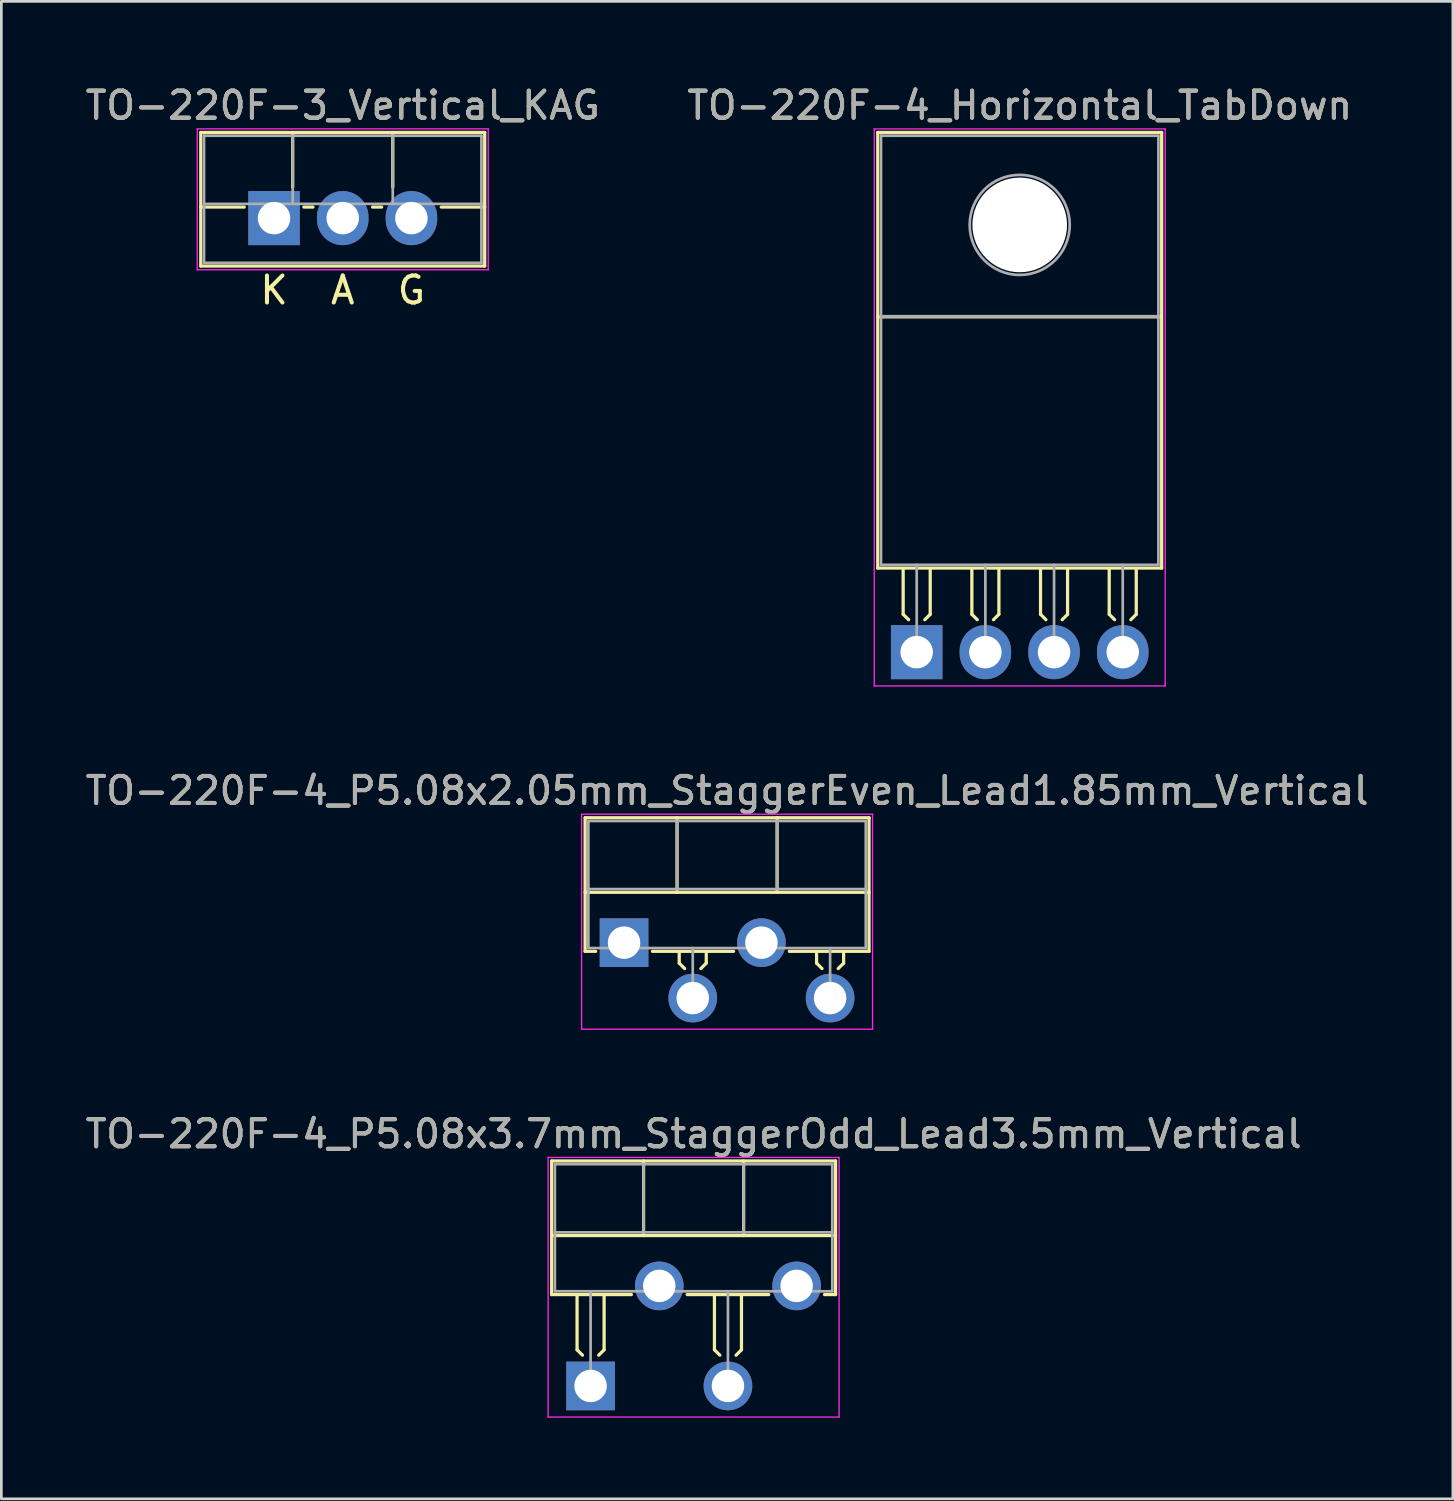
<source format=kicad_pcb>
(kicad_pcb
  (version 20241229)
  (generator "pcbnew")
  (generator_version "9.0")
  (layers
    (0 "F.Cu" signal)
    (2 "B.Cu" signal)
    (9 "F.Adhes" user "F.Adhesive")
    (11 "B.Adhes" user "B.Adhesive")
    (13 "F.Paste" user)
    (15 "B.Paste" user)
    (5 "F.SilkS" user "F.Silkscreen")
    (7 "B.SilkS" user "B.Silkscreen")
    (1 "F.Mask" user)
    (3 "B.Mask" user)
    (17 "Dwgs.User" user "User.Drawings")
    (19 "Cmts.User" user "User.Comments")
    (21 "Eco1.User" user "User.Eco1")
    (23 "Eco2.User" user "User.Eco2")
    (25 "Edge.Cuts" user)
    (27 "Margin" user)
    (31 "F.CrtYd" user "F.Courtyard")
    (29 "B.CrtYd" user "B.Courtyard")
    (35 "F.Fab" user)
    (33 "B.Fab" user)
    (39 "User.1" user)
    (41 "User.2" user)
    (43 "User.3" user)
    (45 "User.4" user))
  (footprint "TO-220F-4_Horizontal_TabDown"
    (layer "F.Cu")
    (at 30.851 21.068)
    (property "Reference" "TO-220F-4_Horizontal_TabDown" (at 3.81 -20.22 0) (layer "F.SilkS") (effects (font (size 1 1) (thickness 0.15))))
    (attr through_hole)
    (fp_line (start -1.44 -19.22) (end -1.44 -3.11) (stroke (width 0.12) (type solid)) (layer "F.SilkS"))
    (fp_line (start -1.44 -19.22) (end 9.06 -19.22) (stroke (width 0.12) (type solid)) (layer "F.SilkS"))
    (fp_line (start -1.44 -3.11) (end 9.06 -3.11) (stroke (width 0.12) (type solid)) (layer "F.SilkS"))
    (fp_line (start -1.43 -12.4) (end 9.02 -12.4) (stroke (width 0.12) (type solid)) (layer "F.SilkS"))
    (fp_line (start -0.5 -3.048) (end -0.5 -1.4) (stroke (width 0.12) (type solid)) (layer "F.SilkS"))
    (fp_line (start -0.5 -1.4) (end -0.3 -1.2) (stroke (width 0.12) (type solid)) (layer "F.SilkS"))
    (fp_line (start 0.5 -3.048) (end 0.5 -1.4) (stroke (width 0.12) (type solid)) (layer "F.SilkS"))
    (fp_line (start 0.5 -1.4) (end 0.3 -1.2) (stroke (width 0.12) (type solid)) (layer "F.SilkS"))
    (fp_line (start 2.04 -3.048) (end 2.04 -1.4) (stroke (width 0.12) (type solid)) (layer "F.SilkS"))
    (fp_line (start 2.04 -1.4) (end 2.24 -1.2) (stroke (width 0.12) (type solid)) (layer "F.SilkS"))
    (fp_line (start 3.04 -3.048) (end 3.04 -1.4) (stroke (width 0.12) (type solid)) (layer "F.SilkS"))
    (fp_line (start 3.04 -1.4) (end 2.84 -1.2) (stroke (width 0.12) (type solid)) (layer "F.SilkS"))
    (fp_line (start 4.58 -3.048) (end 4.58 -1.4) (stroke (width 0.12) (type solid)) (layer "F.SilkS"))
    (fp_line (start 4.58 -1.4) (end 4.78 -1.2) (stroke (width 0.12) (type solid)) (layer "F.SilkS"))
    (fp_line (start 5.58 -3.048) (end 5.58 -1.4) (stroke (width 0.12) (type solid)) (layer "F.SilkS"))
    (fp_line (start 5.58 -1.4) (end 5.38 -1.2) (stroke (width 0.12) (type solid)) (layer "F.SilkS"))
    (fp_line (start 7.12 -3.048) (end 7.12 -1.4) (stroke (width 0.12) (type solid)) (layer "F.SilkS"))
    (fp_line (start 7.12 -1.4) (end 7.32 -1.2) (stroke (width 0.12) (type solid)) (layer "F.SilkS"))
    (fp_line (start 8.12 -3.048) (end 8.12 -1.4) (stroke (width 0.12) (type solid)) (layer "F.SilkS"))
    (fp_line (start 8.12 -1.4) (end 7.92 -1.2) (stroke (width 0.12) (type solid)) (layer "F.SilkS"))
    (fp_line (start 9.06 -19.22) (end 9.06 -3.11) (stroke (width 0.12) (type solid)) (layer "F.SilkS"))
    (fp_line (start -1.57 -19.35) (end -1.57 1.25) (stroke (width 0.05) (type solid)) (layer "F.CrtYd"))
    (fp_line (start -1.57 1.25) (end 9.19 1.25) (stroke (width 0.05) (type solid)) (layer "F.CrtYd"))
    (fp_line (start 9.19 -19.35) (end -1.57 -19.35) (stroke (width 0.05) (type solid)) (layer "F.CrtYd"))
    (fp_line (start 9.19 1.25) (end 9.19 -19.35) (stroke (width 0.05) (type solid)) (layer "F.CrtYd"))
    (fp_line (start -1.32 -19.1) (end 8.94 -19.1) (stroke (width 0.1) (type solid)) (layer "F.Fab"))
    (fp_line (start -1.32 -12.42) (end -1.32 -19.1) (stroke (width 0.1) (type solid)) (layer "F.Fab"))
    (fp_line (start -1.32 -12.42) (end 8.94 -12.42) (stroke (width 0.1) (type solid)) (layer "F.Fab"))
    (fp_line (start -1.32 -3.23) (end -1.32 -12.42) (stroke (width 0.1) (type solid)) (layer "F.Fab"))
    (fp_line (start 0 -3.23) (end 0 0) (stroke (width 0.1) (type solid)) (layer "F.Fab"))
    (fp_line (start 2.54 -3.23) (end 2.54 0) (stroke (width 0.1) (type solid)) (layer "F.Fab"))
    (fp_line (start 5.08 -3.23) (end 5.08 0) (stroke (width 0.1) (type solid)) (layer "F.Fab"))
    (fp_line (start 7.62 -3.23) (end 7.62 0) (stroke (width 0.1) (type solid)) (layer "F.Fab"))
    (fp_line (start 8.94 -19.1) (end 8.94 -12.42) (stroke (width 0.1) (type solid)) (layer "F.Fab"))
    (fp_line (start 8.94 -12.42) (end -1.32 -12.42) (stroke (width 0.1) (type solid)) (layer "F.Fab"))
    (fp_line (start 8.94 -12.42) (end 8.94 -3.23) (stroke (width 0.1) (type solid)) (layer "F.Fab"))
    (fp_line (start 8.94 -3.23) (end -1.32 -3.23) (stroke (width 0.1) (type solid)) (layer "F.Fab"))
    (fp_circle (center 3.81 -15.8) (end 5.66 -15.8) (stroke (width 0.1) (type solid)) (fill no) (layer "F.Fab"))
    (fp_text user "${REFERENCE}" (at 3.81 -20.22 0) (layer "F.Fab") (effects (font (size 1 1) (thickness 0.15))))
    (pad "" np_thru_hole oval (at 3.81 -15.8) (size 3.5 3.5) (drill 3.5) (layers "*.Cu" "*.Mask"))
    (pad "1" thru_hole rect (at 0 0) (size 1.905 2) (drill 1.2) (layers "*.Cu" "*.Mask"))
    (pad "2" thru_hole oval (at 2.54 0) (size 1.905 2) (drill 1.2) (layers "*.Cu" "*.Mask"))
    (pad "3" thru_hole oval (at 5.08 0) (size 1.905 2) (drill 1.2) (layers "*.Cu" "*.Mask"))
    (pad "4" thru_hole oval (at 7.62 0) (size 1.905 2) (drill 1.2) (layers "*.Cu" "*.Mask")))
  (footprint "TO-220F-3_Vertical_KAG"
    (layer "F.Cu")
    (at 7.085 5.016)
    (property "Reference" "TO-220F-3_Vertical_KAG" (at 2.54 -4.168 0) (layer "F.SilkS") (effects (font (size 1 1) (thickness 0.15))))
    (fp_line (start -2.71 -3.168) (end -2.71 1.773) (stroke (width 0.12) (type solid)) (layer "F.SilkS"))
    (fp_line (start -2.71 -3.168) (end 7.79 -3.168) (stroke (width 0.12) (type solid)) (layer "F.SilkS"))
    (fp_line (start -2.71 -0.408) (end -1.103 -0.408) (stroke (width 0.12) (type solid)) (layer "F.SilkS"))
    (fp_line (start -2.71 1.773) (end 7.79 1.773) (stroke (width 0.12) (type solid)) (layer "F.SilkS"))
    (fp_line (start 0.69 -3.168) (end 0.69 -1.15) (stroke (width 0.12) (type solid)) (layer "F.SilkS"))
    (fp_line (start 1.103 -0.408) (end 1.438 -0.408) (stroke (width 0.12) (type solid)) (layer "F.SilkS"))
    (fp_line (start 3.643 -0.408) (end 3.978 -0.408) (stroke (width 0.12) (type solid)) (layer "F.SilkS"))
    (fp_line (start 4.391 -3.168) (end 4.391 -1.15) (stroke (width 0.12) (type solid)) (layer "F.SilkS"))
    (fp_line (start 6.183 -0.408) (end 7.79 -0.408) (stroke (width 0.12) (type solid)) (layer "F.SilkS"))
    (fp_line (start 7.79 -3.168) (end 7.79 1.773) (stroke (width 0.12) (type solid)) (layer "F.SilkS"))
    (fp_line (start -2.84 -3.3) (end -2.84 1.91) (stroke (width 0.05) (type solid)) (layer "F.CrtYd"))
    (fp_line (start -2.84 1.91) (end 7.92 1.91) (stroke (width 0.05) (type solid)) (layer "F.CrtYd"))
    (fp_line (start 7.92 -3.3) (end -2.84 -3.3) (stroke (width 0.05) (type solid)) (layer "F.CrtYd"))
    (fp_line (start 7.92 1.91) (end 7.92 -3.3) (stroke (width 0.05) (type solid)) (layer "F.CrtYd"))
    (fp_line (start -2.59 -3.047) (end -2.59 1.653) (stroke (width 0.1) (type solid)) (layer "F.Fab"))
    (fp_line (start -2.59 -0.527) (end 7.67 -0.527) (stroke (width 0.1) (type solid)) (layer "F.Fab"))
    (fp_line (start -2.59 1.653) (end 7.67 1.653) (stroke (width 0.1) (type solid)) (layer "F.Fab"))
    (fp_line (start 0.69 -3.047) (end 0.69 -0.527) (stroke (width 0.1) (type solid)) (layer "F.Fab"))
    (fp_line (start 4.39 -3.047) (end 4.39 -0.527) (stroke (width 0.1) (type solid)) (layer "F.Fab"))
    (fp_line (start 7.67 -3.047) (end -2.59 -3.047) (stroke (width 0.1) (type solid)) (layer "F.Fab"))
    (fp_line (start 7.67 1.653) (end 7.67 -3.047) (stroke (width 0.1) (type solid)) (layer "F.Fab"))
    (fp_text user "A" (at 2.54 2.667 0) (unlocked yes) (layer "F.SilkS") (effects (font (size 1 1) (thickness 0.15))))
    (fp_text user "G" (at 5.08 2.667 0) (unlocked yes) (layer "F.SilkS") (effects (font (size 1 1) (thickness 0.15))))
    (fp_text user "K" (at 0 2.667 0) (unlocked yes) (layer "F.SilkS") (effects (font (size 1 1) (thickness 0.15))))
    (fp_text user "${REFERENCE}" (at 2.54 -4.168 0) (layer "F.Fab") (effects (font (size 1 1) (thickness 0.15))))
    (pad "1" thru_hole rect (at 0 0) (size 1.905 2) (drill 1.2) (layers "*.Cu" "*.Mask"))
    (pad "2" thru_hole oval (at 2.54 0) (size 1.905 2) (drill 1.2) (layers "*.Cu" "*.Mask"))
    (pad "3" thru_hole oval (at 5.08 0) (size 1.905 2) (drill 1.2) (layers "*.Cu" "*.Mask")))
  (footprint "TO-220F-4_P5.08x2.05mm_StaggerEven_Lead1.85mm_Vertical"
    (layer "F.Cu")
    (at 20.029 31.811)
    (property "Reference" "TO-220F-4_P5.08x2.05mm_StaggerEven_Lead1.85mm_Vertical" (at 3.81 -5.62 0) (layer "F.SilkS") (effects (font (size 1 1) (thickness 0.15))))
    (attr through_hole)
    (fp_line (start -1.44 -4.62) (end -1.44 0.321) (stroke (width 0.12) (type solid)) (layer "F.SilkS"))
    (fp_line (start -1.44 -4.62) (end 9.06 -4.62) (stroke (width 0.12) (type solid)) (layer "F.SilkS"))
    (fp_line (start -1.44 -1.861) (end 9.06 -1.861) (stroke (width 0.12) (type solid)) (layer "F.SilkS"))
    (fp_line (start -1.44 0.321) (end -1.05 0.321) (stroke (width 0.12) (type solid)) (layer "F.SilkS"))
    (fp_line (start 1.05 0.321) (end 4.049 0.321) (stroke (width 0.12) (type solid)) (layer "F.SilkS"))
    (fp_line (start 1.96 -4.62) (end 1.96 -1.861) (stroke (width 0.12) (type solid)) (layer "F.SilkS"))
    (fp_line (start 2.04 0.381) (end 2.04 0.759) (stroke (width 0.12) (type solid)) (layer "F.SilkS"))
    (fp_line (start 2.04 0.759) (end 2.24 0.959) (stroke (width 0.12) (type solid)) (layer "F.SilkS"))
    (fp_line (start 3.04 0.381) (end 3.04 0.759) (stroke (width 0.12) (type solid)) (layer "F.SilkS"))
    (fp_line (start 3.04 0.759) (end 2.84 0.959) (stroke (width 0.12) (type solid)) (layer "F.SilkS"))
    (fp_line (start 5.66 -4.62) (end 5.66 -1.861) (stroke (width 0.12) (type solid)) (layer "F.SilkS"))
    (fp_line (start 6.112 0.321) (end 9.06 0.321) (stroke (width 0.12) (type solid)) (layer "F.SilkS"))
    (fp_line (start 7.12 0.381) (end 7.12 0.759) (stroke (width 0.12) (type solid)) (layer "F.SilkS"))
    (fp_line (start 7.12 0.759) (end 7.32 0.959) (stroke (width 0.12) (type solid)) (layer "F.SilkS"))
    (fp_line (start 8.12 0.381) (end 8.12 0.759) (stroke (width 0.12) (type solid)) (layer "F.SilkS"))
    (fp_line (start 8.12 0.759) (end 7.92 0.959) (stroke (width 0.12) (type solid)) (layer "F.SilkS"))
    (fp_line (start 9.06 -4.62) (end 9.06 0.321) (stroke (width 0.12) (type solid)) (layer "F.SilkS"))
    (fp_line (start -1.57 -4.75) (end -1.57 3.2) (stroke (width 0.05) (type solid)) (layer "F.CrtYd"))
    (fp_line (start -1.57 3.2) (end 9.19 3.2) (stroke (width 0.05) (type solid)) (layer "F.CrtYd"))
    (fp_line (start 9.19 -4.75) (end -1.57 -4.75) (stroke (width 0.05) (type solid)) (layer "F.CrtYd"))
    (fp_line (start 9.19 3.2) (end 9.19 -4.75) (stroke (width 0.05) (type solid)) (layer "F.CrtYd"))
    (fp_line (start -1.32 -4.5) (end -1.32 0.2) (stroke (width 0.1) (type solid)) (layer "F.Fab"))
    (fp_line (start -1.32 -1.98) (end 8.94 -1.98) (stroke (width 0.1) (type solid)) (layer "F.Fab"))
    (fp_line (start -1.32 0.2) (end 8.94 0.2) (stroke (width 0.1) (type solid)) (layer "F.Fab"))
    (fp_line (start 1.96 -4.5) (end 1.96 -1.98) (stroke (width 0.1) (type solid)) (layer "F.Fab"))
    (fp_line (start 2.54 0.2) (end 2.54 2.05) (stroke (width 0.1) (type solid)) (layer "F.Fab"))
    (fp_line (start 5.66 -4.5) (end 5.66 -1.98) (stroke (width 0.1) (type solid)) (layer "F.Fab"))
    (fp_line (start 7.62 0.2) (end 7.62 2.05) (stroke (width 0.1) (type solid)) (layer "F.Fab"))
    (fp_line (start 8.94 -4.5) (end -1.32 -4.5) (stroke (width 0.1) (type solid)) (layer "F.Fab"))
    (fp_line (start 8.94 0.2) (end 8.94 -4.5) (stroke (width 0.1) (type solid)) (layer "F.Fab"))
    (fp_text user "${REFERENCE}" (at 3.81 -5.62 0) (layer "F.Fab") (effects (font (size 1 1) (thickness 0.15))))
    (pad "1" thru_hole rect (at 0 0) (size 1.8 1.8) (drill 1.2) (layers "*.Cu" "*.Mask"))
    (pad "2" thru_hole oval (at 2.54 2.05) (size 1.8 1.8) (drill 1.2) (layers "*.Cu" "*.Mask"))
    (pad "3" thru_hole oval (at 5.08 0) (size 1.8 1.8) (drill 1.2) (layers "*.Cu" "*.Mask"))
    (pad "4" thru_hole oval (at 7.62 2.05) (size 1.8 1.8) (drill 1.2) (layers "*.Cu" "*.Mask")))
  (footprint "TO-220F-4_P5.08x3.7mm_StaggerOdd_Lead3.5mm_Vertical"
    (layer "F.Cu")
    (at 18.791 48.205)
    (property "Reference" "TO-220F-4_P5.08x3.7mm_StaggerOdd_Lead3.5mm_Vertical" (at 3.81 -9.32 0) (layer "F.SilkS") (effects (font (size 1 1) (thickness 0.15))))
    (attr through_hole)
    (fp_line (start -1.44 -8.32) (end -1.44 -3.379) (stroke (width 0.12) (type solid)) (layer "F.SilkS"))
    (fp_line (start -1.44 -8.32) (end 9.06 -8.32) (stroke (width 0.12) (type solid)) (layer "F.SilkS"))
    (fp_line (start -1.44 -5.561) (end 9.06 -5.561) (stroke (width 0.12) (type solid)) (layer "F.SilkS"))
    (fp_line (start -1.44 -3.379) (end 1.509 -3.379) (stroke (width 0.12) (type solid)) (layer "F.SilkS"))
    (fp_line (start -0.5 -3.365) (end -0.5 -1.337) (stroke (width 0.12) (type solid)) (layer "F.SilkS"))
    (fp_line (start -0.5 -1.337) (end -0.3 -1.137) (stroke (width 0.12) (type solid)) (layer "F.SilkS"))
    (fp_line (start 0.5 -3.365) (end 0.5 -1.337) (stroke (width 0.12) (type solid)) (layer "F.SilkS"))
    (fp_line (start 0.5 -1.337) (end 0.3 -1.137) (stroke (width 0.12) (type solid)) (layer "F.SilkS"))
    (fp_line (start 1.96 -8.32) (end 1.96 -5.561) (stroke (width 0.12) (type solid)) (layer "F.SilkS"))
    (fp_line (start 3.572 -3.379) (end 6.589 -3.379) (stroke (width 0.12) (type solid)) (layer "F.SilkS"))
    (fp_line (start 4.58 -3.365) (end 4.58 -1.337) (stroke (width 0.12) (type solid)) (layer "F.SilkS"))
    (fp_line (start 4.58 -1.337) (end 4.78 -1.137) (stroke (width 0.12) (type solid)) (layer "F.SilkS"))
    (fp_line (start 5.58 -3.365) (end 5.58 -1.337) (stroke (width 0.12) (type solid)) (layer "F.SilkS"))
    (fp_line (start 5.58 -1.337) (end 5.38 -1.137) (stroke (width 0.12) (type solid)) (layer "F.SilkS"))
    (fp_line (start 5.66 -8.32) (end 5.66 -5.561) (stroke (width 0.12) (type solid)) (layer "F.SilkS"))
    (fp_line (start 8.652 -3.379) (end 9.06 -3.379) (stroke (width 0.12) (type solid)) (layer "F.SilkS"))
    (fp_line (start 9.06 -8.32) (end 9.06 -3.379) (stroke (width 0.12) (type solid)) (layer "F.SilkS"))
    (fp_line (start -1.57 -8.45) (end -1.57 1.15) (stroke (width 0.05) (type solid)) (layer "F.CrtYd"))
    (fp_line (start -1.57 1.15) (end 9.19 1.15) (stroke (width 0.05) (type solid)) (layer "F.CrtYd"))
    (fp_line (start 9.19 -8.45) (end -1.57 -8.45) (stroke (width 0.05) (type solid)) (layer "F.CrtYd"))
    (fp_line (start 9.19 1.15) (end 9.19 -8.45) (stroke (width 0.05) (type solid)) (layer "F.CrtYd"))
    (fp_line (start -1.32 -8.2) (end -1.32 -3.5) (stroke (width 0.1) (type solid)) (layer "F.Fab"))
    (fp_line (start -1.32 -5.68) (end 8.94 -5.68) (stroke (width 0.1) (type solid)) (layer "F.Fab"))
    (fp_line (start -1.32 -3.5) (end 8.94 -3.5) (stroke (width 0.1) (type solid)) (layer "F.Fab"))
    (fp_line (start 0 -3.5) (end 0 0) (stroke (width 0.1) (type solid)) (layer "F.Fab"))
    (fp_line (start 1.96 -8.2) (end 1.96 -5.68) (stroke (width 0.1) (type solid)) (layer "F.Fab"))
    (fp_line (start 5.08 -3.5) (end 5.08 0) (stroke (width 0.1) (type solid)) (layer "F.Fab"))
    (fp_line (start 5.66 -8.2) (end 5.66 -5.68) (stroke (width 0.1) (type solid)) (layer "F.Fab"))
    (fp_line (start 8.94 -8.2) (end -1.32 -8.2) (stroke (width 0.1) (type solid)) (layer "F.Fab"))
    (fp_line (start 8.94 -3.5) (end 8.94 -8.2) (stroke (width 0.1) (type solid)) (layer "F.Fab"))
    (fp_text user "${REFERENCE}" (at 3.81 -9.32 0) (layer "F.Fab") (effects (font (size 1 1) (thickness 0.15))))
    (pad "1" thru_hole rect (at 0 0) (size 1.8 1.8) (drill 1.2) (layers "*.Cu" "*.Mask"))
    (pad "2" thru_hole oval (at 2.54 -3.7) (size 1.8 1.8) (drill 1.2) (layers "*.Cu" "*.Mask"))
    (pad "3" thru_hole oval (at 5.08 0) (size 1.8 1.8) (drill 1.2) (layers "*.Cu" "*.Mask"))
    (pad "4" thru_hole oval (at 7.62 -3.7) (size 1.8 1.8) (drill 1.2) (layers "*.Cu" "*.Mask")))
  (gr_rect
    (start -3 -3)
    (end 50.679 52.38)
    (stroke (width 0.1) (type default))
    (fill no)
    (layer "Edge.Cuts")))
</source>
